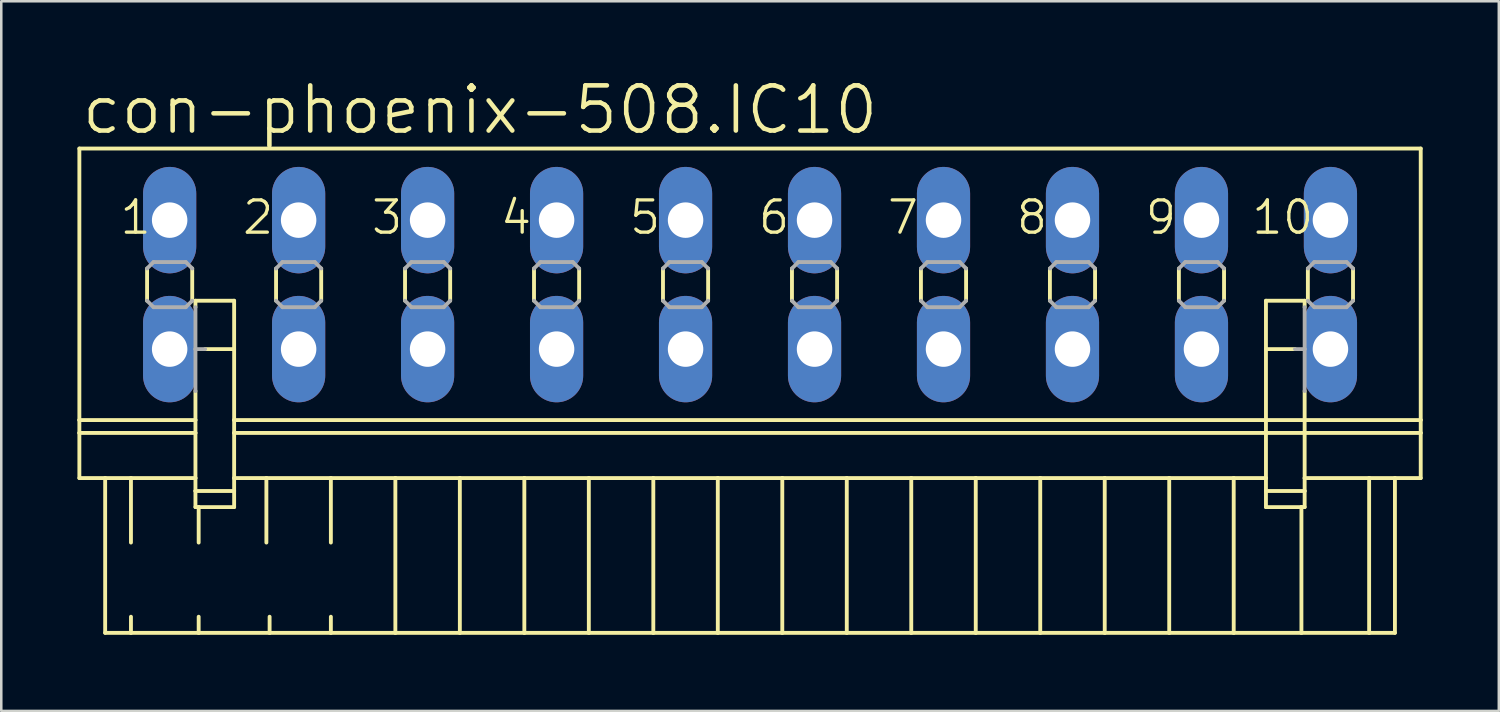
<source format=kicad_pcb>
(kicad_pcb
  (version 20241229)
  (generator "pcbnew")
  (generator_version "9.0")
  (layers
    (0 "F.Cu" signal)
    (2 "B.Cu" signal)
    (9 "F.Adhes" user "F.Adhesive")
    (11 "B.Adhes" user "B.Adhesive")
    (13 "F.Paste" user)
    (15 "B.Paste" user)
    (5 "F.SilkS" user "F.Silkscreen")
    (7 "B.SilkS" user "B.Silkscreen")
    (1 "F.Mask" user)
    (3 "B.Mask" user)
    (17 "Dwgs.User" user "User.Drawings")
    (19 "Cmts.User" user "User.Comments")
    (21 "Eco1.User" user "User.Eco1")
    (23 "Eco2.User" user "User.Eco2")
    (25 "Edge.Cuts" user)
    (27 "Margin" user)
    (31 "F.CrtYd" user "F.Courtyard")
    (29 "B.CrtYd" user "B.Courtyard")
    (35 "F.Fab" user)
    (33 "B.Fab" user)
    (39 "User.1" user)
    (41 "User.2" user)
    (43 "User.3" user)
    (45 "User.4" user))
  (footprint "con-phoenix-508.IC10"
    (layer "F.Cu")
    (at 26.492 8.16)
    (property "Reference" "con-phoenix-508.IC10" (at -26.416 -5.842 0) (layer "F.SilkS") (effects (font (size 1.778 1.778) (thickness 0.18)) (justify left bottom)))
    (attr through_hole)
    (fp_line (start -26.416 -5.359) (end -26.416 5.334) (stroke (width 0.152) (type default)) (layer "F.SilkS"))
    (fp_line (start -26.416 -5.359) (end 26.416 -5.359) (stroke (width 0.152) (type default)) (layer "F.SilkS"))
    (fp_line (start -26.416 5.334) (end -26.416 5.842) (stroke (width 0.152) (type default)) (layer "F.SilkS"))
    (fp_line (start -26.416 5.334) (end -21.844 5.334) (stroke (width 0.152) (type default)) (layer "F.SilkS"))
    (fp_line (start -26.416 5.842) (end -26.416 7.62) (stroke (width 0.152) (type default)) (layer "F.SilkS"))
    (fp_line (start -26.416 5.842) (end -21.844 5.842) (stroke (width 0.152) (type default)) (layer "F.SilkS"))
    (fp_line (start -26.416 7.62) (end -25.4 7.62) (stroke (width 0.152) (type default)) (layer "F.SilkS"))
    (fp_line (start -25.4 7.62) (end -25.4 13.716) (stroke (width 0.152) (type default)) (layer "F.SilkS"))
    (fp_line (start -25.4 7.62) (end -24.384 7.62) (stroke (width 0.152) (type default)) (layer "F.SilkS"))
    (fp_line (start -25.4 13.716) (end -24.384 13.716) (stroke (width 0.152) (type default)) (layer "F.SilkS"))
    (fp_line (start -24.384 7.62) (end -24.384 10.16) (stroke (width 0.152) (type default)) (layer "F.SilkS"))
    (fp_line (start -24.384 7.62) (end -21.844 7.62) (stroke (width 0.152) (type default)) (layer "F.SilkS"))
    (fp_line (start -24.384 13.081) (end -24.384 13.716) (stroke (width 0.152) (type default)) (layer "F.SilkS"))
    (fp_line (start -24.384 13.716) (end -21.717 13.716) (stroke (width 0.152) (type default)) (layer "F.SilkS"))
    (fp_line (start -23.749 -0.635) (end -23.749 0.635) (stroke (width 0.152) (type default)) (layer "F.SilkS"))
    (fp_line (start -21.971 -0.635) (end -21.971 0.635) (stroke (width 0.152) (type default)) (layer "F.SilkS"))
    (fp_line (start -21.844 0.635) (end -21.844 0.889) (stroke (width 0.152) (type default)) (layer "F.SilkS"))
    (fp_line (start -21.844 0.635) (end -20.32 0.635) (stroke (width 0.152) (type default)) (layer "F.SilkS"))
    (fp_line (start -21.844 4.191) (end -21.844 5.334) (stroke (width 0.152) (type default)) (layer "F.SilkS"))
    (fp_line (start -21.844 5.842) (end -21.844 5.334) (stroke (width 0.152) (type default)) (layer "F.SilkS"))
    (fp_line (start -21.844 7.62) (end -21.844 5.842) (stroke (width 0.152) (type default)) (layer "F.SilkS"))
    (fp_line (start -21.844 8.128) (end -21.844 7.62) (stroke (width 0.152) (type default)) (layer "F.SilkS"))
    (fp_line (start -21.844 8.128) (end -20.32 8.128) (stroke (width 0.152) (type default)) (layer "F.SilkS"))
    (fp_line (start -21.844 8.763) (end -21.844 8.128) (stroke (width 0.152) (type default)) (layer "F.SilkS"))
    (fp_line (start -21.717 8.763) (end -21.844 8.763) (stroke (width 0.152) (type default)) (layer "F.SilkS"))
    (fp_line (start -21.717 8.763) (end -21.717 10.16) (stroke (width 0.152) (type default)) (layer "F.SilkS"))
    (fp_line (start -21.717 13.081) (end -21.717 13.716) (stroke (width 0.152) (type default)) (layer "F.SilkS"))
    (fp_line (start -21.717 13.716) (end -18.923 13.716) (stroke (width 0.152) (type default)) (layer "F.SilkS"))
    (fp_line (start -20.32 0.635) (end -20.32 2.54) (stroke (width 0.152) (type default)) (layer "F.SilkS"))
    (fp_line (start -20.32 2.54) (end -21.463 2.54) (stroke (width 0.152) (type default)) (layer "F.SilkS"))
    (fp_line (start -20.32 2.54) (end -20.32 5.334) (stroke (width 0.152) (type default)) (layer "F.SilkS"))
    (fp_line (start -20.32 5.334) (end -20.32 5.842) (stroke (width 0.152) (type default)) (layer "F.SilkS"))
    (fp_line (start -20.32 5.334) (end 20.32 5.334) (stroke (width 0.152) (type default)) (layer "F.SilkS"))
    (fp_line (start -20.32 5.842) (end -20.32 7.62) (stroke (width 0.152) (type default)) (layer "F.SilkS"))
    (fp_line (start -20.32 5.842) (end 20.32 5.842) (stroke (width 0.152) (type default)) (layer "F.SilkS"))
    (fp_line (start -20.32 7.62) (end -20.32 8.128) (stroke (width 0.152) (type default)) (layer "F.SilkS"))
    (fp_line (start -20.32 7.62) (end -19.05 7.62) (stroke (width 0.152) (type default)) (layer "F.SilkS"))
    (fp_line (start -20.32 8.128) (end -20.32 8.763) (stroke (width 0.152) (type default)) (layer "F.SilkS"))
    (fp_line (start -20.32 8.763) (end -21.717 8.763) (stroke (width 0.152) (type default)) (layer "F.SilkS"))
    (fp_line (start -19.05 7.62) (end -19.05 10.16) (stroke (width 0.152) (type default)) (layer "F.SilkS"))
    (fp_line (start -19.05 7.62) (end -16.51 7.62) (stroke (width 0.152) (type default)) (layer "F.SilkS"))
    (fp_line (start -18.923 13.081) (end -18.923 13.716) (stroke (width 0.152) (type default)) (layer "F.SilkS"))
    (fp_line (start -18.923 13.716) (end -16.51 13.716) (stroke (width 0.152) (type default)) (layer "F.SilkS"))
    (fp_line (start -18.669 -0.635) (end -18.669 0.635) (stroke (width 0.152) (type default)) (layer "F.SilkS"))
    (fp_line (start -16.891 -0.635) (end -16.891 0.635) (stroke (width 0.152) (type default)) (layer "F.SilkS"))
    (fp_line (start -16.51 7.62) (end -16.51 10.16) (stroke (width 0.152) (type default)) (layer "F.SilkS"))
    (fp_line (start -16.51 7.62) (end -13.97 7.62) (stroke (width 0.152) (type default)) (layer "F.SilkS"))
    (fp_line (start -16.51 13.081) (end -16.51 13.716) (stroke (width 0.152) (type default)) (layer "F.SilkS"))
    (fp_line (start -16.51 13.716) (end -13.97 13.716) (stroke (width 0.152) (type default)) (layer "F.SilkS"))
    (fp_line (start -13.97 7.62) (end -13.97 13.716) (stroke (width 0.152) (type default)) (layer "F.SilkS"))
    (fp_line (start -13.97 7.62) (end -11.43 7.62) (stroke (width 0.152) (type default)) (layer "F.SilkS"))
    (fp_line (start -13.97 13.716) (end -11.43 13.716) (stroke (width 0.152) (type default)) (layer "F.SilkS"))
    (fp_line (start -13.589 -0.635) (end -13.589 0.635) (stroke (width 0.152) (type default)) (layer "F.SilkS"))
    (fp_line (start -11.811 -0.635) (end -11.811 0.635) (stroke (width 0.152) (type default)) (layer "F.SilkS"))
    (fp_line (start -11.43 7.62) (end -11.43 13.716) (stroke (width 0.152) (type default)) (layer "F.SilkS"))
    (fp_line (start -11.43 7.62) (end -8.89 7.62) (stroke (width 0.152) (type default)) (layer "F.SilkS"))
    (fp_line (start -11.43 13.716) (end -8.89 13.716) (stroke (width 0.152) (type default)) (layer "F.SilkS"))
    (fp_line (start -8.89 7.62) (end -8.89 13.716) (stroke (width 0.152) (type default)) (layer "F.SilkS"))
    (fp_line (start -8.89 7.62) (end -6.35 7.62) (stroke (width 0.152) (type default)) (layer "F.SilkS"))
    (fp_line (start -8.89 13.716) (end -6.35 13.716) (stroke (width 0.152) (type default)) (layer "F.SilkS"))
    (fp_line (start -8.509 -0.635) (end -8.509 0.635) (stroke (width 0.152) (type default)) (layer "F.SilkS"))
    (fp_line (start -6.731 -0.635) (end -6.731 0.635) (stroke (width 0.152) (type default)) (layer "F.SilkS"))
    (fp_line (start -6.35 7.62) (end -6.35 13.716) (stroke (width 0.152) (type default)) (layer "F.SilkS"))
    (fp_line (start -6.35 7.62) (end -3.81 7.62) (stroke (width 0.152) (type default)) (layer "F.SilkS"))
    (fp_line (start -6.35 13.716) (end -3.81 13.716) (stroke (width 0.152) (type default)) (layer "F.SilkS"))
    (fp_line (start -3.81 7.62) (end -3.81 13.716) (stroke (width 0.152) (type default)) (layer "F.SilkS"))
    (fp_line (start -3.81 7.62) (end -1.27 7.62) (stroke (width 0.152) (type default)) (layer "F.SilkS"))
    (fp_line (start -3.81 13.716) (end -1.27 13.716) (stroke (width 0.152) (type default)) (layer "F.SilkS"))
    (fp_line (start -3.429 -0.635) (end -3.429 0.635) (stroke (width 0.152) (type default)) (layer "F.SilkS"))
    (fp_line (start -1.651 -0.635) (end -1.651 0.635) (stroke (width 0.152) (type default)) (layer "F.SilkS"))
    (fp_line (start -1.27 7.62) (end -1.27 13.716) (stroke (width 0.152) (type default)) (layer "F.SilkS"))
    (fp_line (start -1.27 7.62) (end 1.27 7.62) (stroke (width 0.152) (type default)) (layer "F.SilkS"))
    (fp_line (start -1.27 13.716) (end 1.27 13.716) (stroke (width 0.152) (type default)) (layer "F.SilkS"))
    (fp_line (start 1.27 7.62) (end 1.27 13.716) (stroke (width 0.152) (type default)) (layer "F.SilkS"))
    (fp_line (start 1.27 7.62) (end 3.81 7.62) (stroke (width 0.152) (type default)) (layer "F.SilkS"))
    (fp_line (start 1.27 13.716) (end 3.81 13.716) (stroke (width 0.152) (type default)) (layer "F.SilkS"))
    (fp_line (start 1.651 -0.635) (end 1.651 0.635) (stroke (width 0.152) (type default)) (layer "F.SilkS"))
    (fp_line (start 3.429 -0.635) (end 3.429 0.635) (stroke (width 0.152) (type default)) (layer "F.SilkS"))
    (fp_line (start 3.81 7.62) (end 3.81 13.716) (stroke (width 0.152) (type default)) (layer "F.SilkS"))
    (fp_line (start 3.81 7.62) (end 6.35 7.62) (stroke (width 0.152) (type default)) (layer "F.SilkS"))
    (fp_line (start 3.81 13.716) (end 6.35 13.716) (stroke (width 0.152) (type default)) (layer "F.SilkS"))
    (fp_line (start 6.35 7.62) (end 6.35 13.716) (stroke (width 0.152) (type default)) (layer "F.SilkS"))
    (fp_line (start 6.35 7.62) (end 8.89 7.62) (stroke (width 0.152) (type default)) (layer "F.SilkS"))
    (fp_line (start 6.35 13.716) (end 8.89 13.716) (stroke (width 0.152) (type default)) (layer "F.SilkS"))
    (fp_line (start 6.731 -0.635) (end 6.731 0.635) (stroke (width 0.152) (type default)) (layer "F.SilkS"))
    (fp_line (start 8.509 -0.635) (end 8.509 0.635) (stroke (width 0.152) (type default)) (layer "F.SilkS"))
    (fp_line (start 8.89 7.62) (end 8.89 13.716) (stroke (width 0.152) (type default)) (layer "F.SilkS"))
    (fp_line (start 8.89 7.62) (end 11.43 7.62) (stroke (width 0.152) (type default)) (layer "F.SilkS"))
    (fp_line (start 8.89 13.716) (end 11.43 13.716) (stroke (width 0.152) (type default)) (layer "F.SilkS"))
    (fp_line (start 11.43 7.62) (end 11.43 13.716) (stroke (width 0.152) (type default)) (layer "F.SilkS"))
    (fp_line (start 11.43 7.62) (end 13.97 7.62) (stroke (width 0.152) (type default)) (layer "F.SilkS"))
    (fp_line (start 11.43 13.716) (end 13.97 13.716) (stroke (width 0.152) (type default)) (layer "F.SilkS"))
    (fp_line (start 11.811 -0.635) (end 11.811 0.635) (stroke (width 0.152) (type default)) (layer "F.SilkS"))
    (fp_line (start 13.589 -0.635) (end 13.589 0.635) (stroke (width 0.152) (type default)) (layer "F.SilkS"))
    (fp_line (start 13.97 7.62) (end 13.97 13.716) (stroke (width 0.152) (type default)) (layer "F.SilkS"))
    (fp_line (start 13.97 7.62) (end 16.51 7.62) (stroke (width 0.152) (type default)) (layer "F.SilkS"))
    (fp_line (start 13.97 13.716) (end 16.51 13.716) (stroke (width 0.152) (type default)) (layer "F.SilkS"))
    (fp_line (start 16.51 7.62) (end 16.51 13.716) (stroke (width 0.152) (type default)) (layer "F.SilkS"))
    (fp_line (start 16.51 7.62) (end 19.05 7.62) (stroke (width 0.152) (type default)) (layer "F.SilkS"))
    (fp_line (start 16.51 13.716) (end 19.05 13.716) (stroke (width 0.152) (type default)) (layer "F.SilkS"))
    (fp_line (start 16.891 -0.635) (end 16.891 0.635) (stroke (width 0.152) (type default)) (layer "F.SilkS"))
    (fp_line (start 18.669 -0.635) (end 18.669 0.635) (stroke (width 0.152) (type default)) (layer "F.SilkS"))
    (fp_line (start 19.05 7.62) (end 19.05 13.716) (stroke (width 0.152) (type default)) (layer "F.SilkS"))
    (fp_line (start 19.05 7.62) (end 20.32 7.62) (stroke (width 0.152) (type default)) (layer "F.SilkS"))
    (fp_line (start 19.05 13.716) (end 21.717 13.716) (stroke (width 0.152) (type default)) (layer "F.SilkS"))
    (fp_line (start 20.32 0.635) (end 20.32 2.54) (stroke (width 0.152) (type default)) (layer "F.SilkS"))
    (fp_line (start 20.32 2.54) (end 20.32 5.334) (stroke (width 0.152) (type default)) (layer "F.SilkS"))
    (fp_line (start 20.32 2.54) (end 21.463 2.54) (stroke (width 0.152) (type default)) (layer "F.SilkS"))
    (fp_line (start 20.32 5.334) (end 20.32 5.842) (stroke (width 0.152) (type default)) (layer "F.SilkS"))
    (fp_line (start 20.32 5.334) (end 21.844 5.334) (stroke (width 0.152) (type default)) (layer "F.SilkS"))
    (fp_line (start 20.32 5.842) (end 20.32 7.62) (stroke (width 0.152) (type default)) (layer "F.SilkS"))
    (fp_line (start 20.32 5.842) (end 21.844 5.842) (stroke (width 0.152) (type default)) (layer "F.SilkS"))
    (fp_line (start 20.32 7.62) (end 20.32 8.128) (stroke (width 0.152) (type default)) (layer "F.SilkS"))
    (fp_line (start 20.32 8.128) (end 20.32 8.763) (stroke (width 0.152) (type default)) (layer "F.SilkS"))
    (fp_line (start 20.32 8.128) (end 21.844 8.128) (stroke (width 0.152) (type default)) (layer "F.SilkS"))
    (fp_line (start 21.717 8.763) (end 20.32 8.763) (stroke (width 0.152) (type default)) (layer "F.SilkS"))
    (fp_line (start 21.717 8.763) (end 21.717 13.716) (stroke (width 0.152) (type default)) (layer "F.SilkS"))
    (fp_line (start 21.717 13.716) (end 24.384 13.716) (stroke (width 0.152) (type default)) (layer "F.SilkS"))
    (fp_line (start 21.844 0.635) (end 20.32 0.635) (stroke (width 0.152) (type default)) (layer "F.SilkS"))
    (fp_line (start 21.844 0.889) (end 21.844 0.635) (stroke (width 0.152) (type default)) (layer "F.SilkS"))
    (fp_line (start 21.844 4.191) (end 21.844 5.334) (stroke (width 0.152) (type default)) (layer "F.SilkS"))
    (fp_line (start 21.844 5.334) (end 26.416 5.334) (stroke (width 0.152) (type default)) (layer "F.SilkS"))
    (fp_line (start 21.844 5.842) (end 21.844 5.334) (stroke (width 0.152) (type default)) (layer "F.SilkS"))
    (fp_line (start 21.844 5.842) (end 26.416 5.842) (stroke (width 0.152) (type default)) (layer "F.SilkS"))
    (fp_line (start 21.844 7.62) (end 21.844 5.842) (stroke (width 0.152) (type default)) (layer "F.SilkS"))
    (fp_line (start 21.844 7.62) (end 24.384 7.62) (stroke (width 0.152) (type default)) (layer "F.SilkS"))
    (fp_line (start 21.844 8.128) (end 21.844 7.62) (stroke (width 0.152) (type default)) (layer "F.SilkS"))
    (fp_line (start 21.844 8.763) (end 21.717 8.763) (stroke (width 0.152) (type default)) (layer "F.SilkS"))
    (fp_line (start 21.844 8.763) (end 21.844 8.128) (stroke (width 0.152) (type default)) (layer "F.SilkS"))
    (fp_line (start 21.971 -0.635) (end 21.971 0.635) (stroke (width 0.152) (type default)) (layer "F.SilkS"))
    (fp_line (start 23.749 -0.635) (end 23.749 0.635) (stroke (width 0.152) (type default)) (layer "F.SilkS"))
    (fp_line (start 24.384 7.62) (end 24.384 13.716) (stroke (width 0.152) (type default)) (layer "F.SilkS"))
    (fp_line (start 24.384 7.62) (end 25.4 7.62) (stroke (width 0.152) (type default)) (layer "F.SilkS"))
    (fp_line (start 24.384 13.716) (end 25.4 13.716) (stroke (width 0.152) (type default)) (layer "F.SilkS"))
    (fp_line (start 25.4 7.62) (end 25.4 13.716) (stroke (width 0.152) (type default)) (layer "F.SilkS"))
    (fp_line (start 25.4 7.62) (end 26.416 7.62) (stroke (width 0.152) (type default)) (layer "F.SilkS"))
    (fp_line (start 26.416 -5.359) (end 26.416 5.334) (stroke (width 0.152) (type default)) (layer "F.SilkS"))
    (fp_line (start 26.416 5.334) (end 26.416 5.842) (stroke (width 0.152) (type default)) (layer "F.SilkS"))
    (fp_line (start 26.416 5.842) (end 26.416 7.62) (stroke (width 0.152) (type default)) (layer "F.SilkS"))
    (fp_line (start -23.749 -0.635) (end -23.495 -0.889) (stroke (width 0.152) (type default)) (layer "F.Fab"))
    (fp_line (start -23.495 -0.889) (end -22.225 -0.889) (stroke (width 0.152) (type default)) (layer "F.Fab"))
    (fp_line (start -23.495 0.889) (end -23.749 0.635) (stroke (width 0.152) (type default)) (layer "F.Fab"))
    (fp_line (start -22.225 -0.889) (end -21.971 -0.635) (stroke (width 0.152) (type default)) (layer "F.Fab"))
    (fp_line (start -22.225 0.889) (end -23.495 0.889) (stroke (width 0.152) (type default)) (layer "F.Fab"))
    (fp_line (start -21.971 0.635) (end -22.225 0.889) (stroke (width 0.152) (type default)) (layer "F.Fab"))
    (fp_line (start -21.844 2.54) (end -21.844 0.889) (stroke (width 0.152) (type default)) (layer "F.Fab"))
    (fp_line (start -21.844 2.54) (end -21.463 2.54) (stroke (width 0.152) (type default)) (layer "F.Fab"))
    (fp_line (start -21.844 4.191) (end -21.844 2.54) (stroke (width 0.152) (type default)) (layer "F.Fab"))
    (fp_line (start -18.669 -0.635) (end -18.415 -0.889) (stroke (width 0.152) (type default)) (layer "F.Fab"))
    (fp_line (start -18.415 -0.889) (end -17.145 -0.889) (stroke (width 0.152) (type default)) (layer "F.Fab"))
    (fp_line (start -18.415 0.889) (end -18.669 0.635) (stroke (width 0.152) (type default)) (layer "F.Fab"))
    (fp_line (start -17.145 -0.889) (end -16.891 -0.635) (stroke (width 0.152) (type default)) (layer "F.Fab"))
    (fp_line (start -17.145 0.889) (end -18.415 0.889) (stroke (width 0.152) (type default)) (layer "F.Fab"))
    (fp_line (start -16.891 0.635) (end -17.145 0.889) (stroke (width 0.152) (type default)) (layer "F.Fab"))
    (fp_line (start -13.589 -0.635) (end -13.335 -0.889) (stroke (width 0.152) (type default)) (layer "F.Fab"))
    (fp_line (start -13.335 -0.889) (end -12.065 -0.889) (stroke (width 0.152) (type default)) (layer "F.Fab"))
    (fp_line (start -13.335 0.889) (end -13.589 0.635) (stroke (width 0.152) (type default)) (layer "F.Fab"))
    (fp_line (start -12.065 -0.889) (end -11.811 -0.635) (stroke (width 0.152) (type default)) (layer "F.Fab"))
    (fp_line (start -12.065 0.889) (end -13.335 0.889) (stroke (width 0.152) (type default)) (layer "F.Fab"))
    (fp_line (start -11.811 0.635) (end -12.065 0.889) (stroke (width 0.152) (type default)) (layer "F.Fab"))
    (fp_line (start -8.509 -0.635) (end -8.255 -0.889) (stroke (width 0.152) (type default)) (layer "F.Fab"))
    (fp_line (start -8.255 -0.889) (end -6.985 -0.889) (stroke (width 0.152) (type default)) (layer "F.Fab"))
    (fp_line (start -8.255 0.889) (end -8.509 0.635) (stroke (width 0.152) (type default)) (layer "F.Fab"))
    (fp_line (start -6.985 -0.889) (end -6.731 -0.635) (stroke (width 0.152) (type default)) (layer "F.Fab"))
    (fp_line (start -6.985 0.889) (end -8.255 0.889) (stroke (width 0.152) (type default)) (layer "F.Fab"))
    (fp_line (start -6.731 0.635) (end -6.985 0.889) (stroke (width 0.152) (type default)) (layer "F.Fab"))
    (fp_line (start -3.429 -0.635) (end -3.175 -0.889) (stroke (width 0.152) (type default)) (layer "F.Fab"))
    (fp_line (start -3.175 -0.889) (end -1.905 -0.889) (stroke (width 0.152) (type default)) (layer "F.Fab"))
    (fp_line (start -3.175 0.889) (end -3.429 0.635) (stroke (width 0.152) (type default)) (layer "F.Fab"))
    (fp_line (start -1.905 -0.889) (end -1.651 -0.635) (stroke (width 0.152) (type default)) (layer "F.Fab"))
    (fp_line (start -1.905 0.889) (end -3.175 0.889) (stroke (width 0.152) (type default)) (layer "F.Fab"))
    (fp_line (start -1.651 0.635) (end -1.905 0.889) (stroke (width 0.152) (type default)) (layer "F.Fab"))
    (fp_line (start 1.651 -0.635) (end 1.905 -0.889) (stroke (width 0.152) (type default)) (layer "F.Fab"))
    (fp_line (start 1.905 -0.889) (end 3.175 -0.889) (stroke (width 0.152) (type default)) (layer "F.Fab"))
    (fp_line (start 1.905 0.889) (end 1.651 0.635) (stroke (width 0.152) (type default)) (layer "F.Fab"))
    (fp_line (start 3.175 -0.889) (end 3.429 -0.635) (stroke (width 0.152) (type default)) (layer "F.Fab"))
    (fp_line (start 3.175 0.889) (end 1.905 0.889) (stroke (width 0.152) (type default)) (layer "F.Fab"))
    (fp_line (start 3.429 0.635) (end 3.175 0.889) (stroke (width 0.152) (type default)) (layer "F.Fab"))
    (fp_line (start 6.731 -0.635) (end 6.985 -0.889) (stroke (width 0.152) (type default)) (layer "F.Fab"))
    (fp_line (start 6.985 -0.889) (end 8.255 -0.889) (stroke (width 0.152) (type default)) (layer "F.Fab"))
    (fp_line (start 6.985 0.889) (end 6.731 0.635) (stroke (width 0.152) (type default)) (layer "F.Fab"))
    (fp_line (start 8.255 -0.889) (end 8.509 -0.635) (stroke (width 0.152) (type default)) (layer "F.Fab"))
    (fp_line (start 8.255 0.889) (end 6.985 0.889) (stroke (width 0.152) (type default)) (layer "F.Fab"))
    (fp_line (start 8.509 0.635) (end 8.255 0.889) (stroke (width 0.152) (type default)) (layer "F.Fab"))
    (fp_line (start 11.811 -0.635) (end 12.065 -0.889) (stroke (width 0.152) (type default)) (layer "F.Fab"))
    (fp_line (start 12.065 -0.889) (end 13.335 -0.889) (stroke (width 0.152) (type default)) (layer "F.Fab"))
    (fp_line (start 12.065 0.889) (end 11.811 0.635) (stroke (width 0.152) (type default)) (layer "F.Fab"))
    (fp_line (start 13.335 -0.889) (end 13.589 -0.635) (stroke (width 0.152) (type default)) (layer "F.Fab"))
    (fp_line (start 13.335 0.889) (end 12.065 0.889) (stroke (width 0.152) (type default)) (layer "F.Fab"))
    (fp_line (start 13.589 0.635) (end 13.335 0.889) (stroke (width 0.152) (type default)) (layer "F.Fab"))
    (fp_line (start 16.891 -0.635) (end 17.145 -0.889) (stroke (width 0.152) (type default)) (layer "F.Fab"))
    (fp_line (start 17.145 -0.889) (end 18.415 -0.889) (stroke (width 0.152) (type default)) (layer "F.Fab"))
    (fp_line (start 17.145 0.889) (end 16.891 0.635) (stroke (width 0.152) (type default)) (layer "F.Fab"))
    (fp_line (start 18.415 -0.889) (end 18.669 -0.635) (stroke (width 0.152) (type default)) (layer "F.Fab"))
    (fp_line (start 18.415 0.889) (end 17.145 0.889) (stroke (width 0.152) (type default)) (layer "F.Fab"))
    (fp_line (start 18.669 0.635) (end 18.415 0.889) (stroke (width 0.152) (type default)) (layer "F.Fab"))
    (fp_line (start 21.463 2.54) (end 21.844 2.54) (stroke (width 0.152) (type default)) (layer "F.Fab"))
    (fp_line (start 21.844 2.54) (end 21.844 0.889) (stroke (width 0.152) (type default)) (layer "F.Fab"))
    (fp_line (start 21.844 4.191) (end 21.844 2.54) (stroke (width 0.152) (type default)) (layer "F.Fab"))
    (fp_line (start 21.971 -0.635) (end 22.225 -0.889) (stroke (width 0.152) (type default)) (layer "F.Fab"))
    (fp_line (start 22.225 -0.889) (end 23.495 -0.889) (stroke (width 0.152) (type default)) (layer "F.Fab"))
    (fp_line (start 22.225 0.889) (end 21.971 0.635) (stroke (width 0.152) (type default)) (layer "F.Fab"))
    (fp_line (start 23.495 -0.889) (end 23.749 -0.635) (stroke (width 0.152) (type default)) (layer "F.Fab"))
    (fp_line (start 23.495 0.889) (end 22.225 0.889) (stroke (width 0.152) (type default)) (layer "F.Fab"))
    (fp_line (start 23.749 0.635) (end 23.495 0.889) (stroke (width 0.152) (type default)) (layer "F.Fab"))
    (fp_text user "5" (at -4.826 -1.905 0) (layer "F.SilkS") (effects (font (size 1.27 1.27) (thickness 0.13)) (justify left bottom)))
    (fp_text user "4" (at -9.906 -1.905 0) (layer "F.SilkS") (effects (font (size 1.27 1.27) (thickness 0.13)) (justify left bottom)))
    (fp_text user "10" (at 19.685 -1.905 0) (layer "F.SilkS") (effects (font (size 1.27 1.27) (thickness 0.13)) (justify left bottom)))
    (fp_text user "2" (at -20.066 -1.905 0) (layer "F.SilkS") (effects (font (size 1.27 1.27) (thickness 0.13)) (justify left bottom)))
    (fp_text user "9" (at 15.494 -1.905 0) (layer "F.SilkS") (effects (font (size 1.27 1.27) (thickness 0.13)) (justify left bottom)))
    (fp_text user "7" (at 5.334 -1.905 0) (layer "F.SilkS") (effects (font (size 1.27 1.27) (thickness 0.13)) (justify left bottom)))
    (fp_text user "6" (at 0.254 -1.905 0) (layer "F.SilkS") (effects (font (size 1.27 1.27) (thickness 0.13)) (justify left bottom)))
    (fp_text user "1" (at -24.892 -1.905 0) (layer "F.SilkS") (effects (font (size 1.27 1.27) (thickness 0.13)) (justify left bottom)))
    (fp_text user "3" (at -14.986 -1.905 0) (layer "F.SilkS") (effects (font (size 1.27 1.27) (thickness 0.13)) (justify left bottom)))
    (fp_text user "8" (at 10.414 -1.905 0) (layer "F.SilkS") (effects (font (size 1.27 1.27) (thickness 0.13)) (justify left bottom)))
    (pad "1" thru_hole oval (at -22.86 -2.54 90) (size 4.191 2.095) (drill 1.397) (layers "*.Cu" "*.Mask"))
    (pad "1A" thru_hole oval (at -22.86 2.54 90) (size 4.191 2.095) (drill 1.397) (layers "*.Cu" "*.Mask"))
    (pad "2" thru_hole oval (at -17.78 -2.54 90) (size 4.191 2.095) (drill 1.397) (layers "*.Cu" "*.Mask"))
    (pad "2A" thru_hole oval (at -17.78 2.54 90) (size 4.191 2.095) (drill 1.397) (layers "*.Cu" "*.Mask"))
    (pad "3" thru_hole oval (at -12.7 -2.54 90) (size 4.191 2.095) (drill 1.397) (layers "*.Cu" "*.Mask"))
    (pad "3A" thru_hole oval (at -12.7 2.54 90) (size 4.191 2.095) (drill 1.397) (layers "*.Cu" "*.Mask"))
    (pad "4" thru_hole oval (at -7.62 -2.54 90) (size 4.191 2.095) (drill 1.397) (layers "*.Cu" "*.Mask"))
    (pad "4A" thru_hole oval (at -7.62 2.54 90) (size 4.191 2.095) (drill 1.397) (layers "*.Cu" "*.Mask"))
    (pad "5" thru_hole oval (at -2.54 -2.54 90) (size 4.191 2.095) (drill 1.397) (layers "*.Cu" "*.Mask"))
    (pad "5A" thru_hole oval (at -2.54 2.54 90) (size 4.191 2.095) (drill 1.397) (layers "*.Cu" "*.Mask"))
    (pad "6" thru_hole oval (at 2.54 -2.54 90) (size 4.191 2.095) (drill 1.397) (layers "*.Cu" "*.Mask"))
    (pad "6A" thru_hole oval (at 2.54 2.54 90) (size 4.191 2.095) (drill 1.397) (layers "*.Cu" "*.Mask"))
    (pad "7" thru_hole oval (at 7.62 -2.54 90) (size 4.191 2.095) (drill 1.397) (layers "*.Cu" "*.Mask"))
    (pad "7A" thru_hole oval (at 7.62 2.54 90) (size 4.191 2.095) (drill 1.397) (layers "*.Cu" "*.Mask"))
    (pad "8" thru_hole oval (at 12.7 -2.54 90) (size 4.191 2.095) (drill 1.397) (layers "*.Cu" "*.Mask"))
    (pad "8A" thru_hole oval (at 12.7 2.54 90) (size 4.191 2.095) (drill 1.397) (layers "*.Cu" "*.Mask"))
    (pad "9" thru_hole oval (at 17.78 -2.54 90) (size 4.191 2.095) (drill 1.397) (layers "*.Cu" "*.Mask"))
    (pad "9A" thru_hole oval (at 17.78 2.54 90) (size 4.191 2.095) (drill 1.397) (layers "*.Cu" "*.Mask"))
    (pad "10" thru_hole oval (at 22.86 -2.54 90) (size 4.191 2.095) (drill 1.397) (layers "*.Cu" "*.Mask"))
    (pad "10A" thru_hole oval (at 22.86 2.54 90) (size 4.191 2.095) (drill 1.397) (layers "*.Cu" "*.Mask")))
  (gr_rect
    (start -3 -3)
    (end 55.984 24.952)
    (stroke (width 0.1) (type default))
    (fill no)
    (layer "Edge.Cuts")))
</source>
